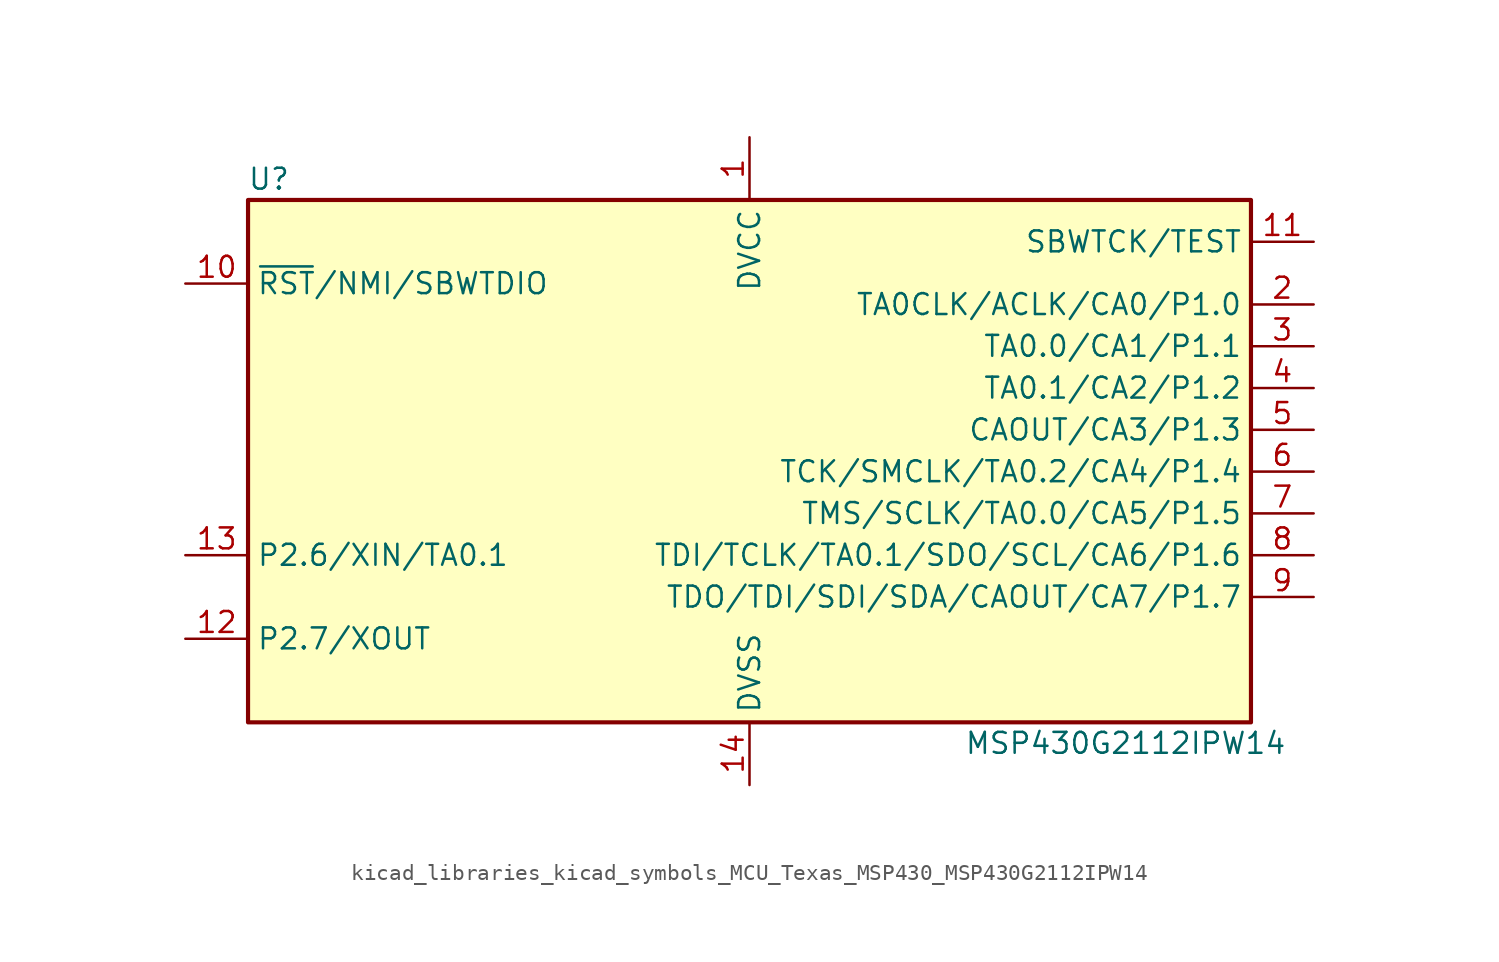
<source format=kicad_sym>
(kicad_symbol_lib
  (version 20220914)
  (generator kicad_symbol_editor)
  (symbol "kicad_libraries_kicad_symbols_MCU_Texas_MSP430_MSP430G2112IPW14"
    (property "Reference" "U"
      (at -29.21 17.78 0)
      (effects (font (size 1.27 1.27))))
    (property "Value" "MSP430G2112IPW14"
      (at 22.86 -16.51 0)
      (effects (font (size 1.27 1.27))))
    (symbol "kicad_libraries_kicad_symbols_MCU_Texas_MSP430_MSP430G2112IPW14_0_1"
      (rectangle (start -30.48 16.51) (end 30.48 -15.24) (stroke (width 0.254) (type default)) (fill (type background))))
    (symbol "kicad_libraries_kicad_symbols_MCU_Texas_MSP430_MSP430G2112IPW14_1_1"
      (pin power_in line (at 0 20.32 270) (length 3.81) (name "DVCC" (effects (font (size 1.27 1.27)))) (number "1" (effects (font (size 1.27 1.27)))))
      (pin input line (at -34.29 11.43 0) (length 3.81) (name "~{RST}/NMI/SBWTDIO" (effects (font (size 1.27 1.27)))) (number "10" (effects (font (size 1.27 1.27)))))
      (pin input line (at 34.29 13.97 180) (length 3.81) (name "SBWTCK/TEST" (effects (font (size 1.27 1.27)))) (number "11" (effects (font (size 1.27 1.27)))))
      (pin bidirectional line (at -34.29 -10.16 0) (length 3.81) (name "P2.7/XOUT" (effects (font (size 1.27 1.27)))) (number "12" (effects (font (size 1.27 1.27)))))
      (pin bidirectional line (at -34.29 -5.08 0) (length 3.81) (name "P2.6/XIN/TA0.1" (effects (font (size 1.27 1.27)))) (number "13" (effects (font (size 1.27 1.27)))))
      (pin power_in line (at 0 -19.05 90) (length 3.81) (name "DVSS" (effects (font (size 1.27 1.27)))) (number "14" (effects (font (size 1.27 1.27)))))
      (pin bidirectional line (at 34.29 10.16 180) (length 3.81) (name "TA0CLK/ACLK/CA0/P1.0" (effects (font (size 1.27 1.27)))) (number "2" (effects (font (size 1.27 1.27)))))
      (pin bidirectional line (at 34.29 7.62 180) (length 3.81) (name "TA0.0/CA1/P1.1" (effects (font (size 1.27 1.27)))) (number "3" (effects (font (size 1.27 1.27)))))
      (pin bidirectional line (at 34.29 5.08 180) (length 3.81) (name "TA0.1/CA2/P1.2" (effects (font (size 1.27 1.27)))) (number "4" (effects (font (size 1.27 1.27)))))
      (pin bidirectional line (at 34.29 2.54 180) (length 3.81) (name "CAOUT/CA3/P1.3" (effects (font (size 1.27 1.27)))) (number "5" (effects (font (size 1.27 1.27)))))
      (pin bidirectional line (at 34.29 0 180) (length 3.81) (name "TCK/SMCLK/TA0.2/CA4/P1.4" (effects (font (size 1.27 1.27)))) (number "6" (effects (font (size 1.27 1.27)))))
      (pin bidirectional line (at 34.29 -2.54 180) (length 3.81) (name "TMS/SCLK/TA0.0/CA5/P1.5" (effects (font (size 1.27 1.27)))) (number "7" (effects (font (size 1.27 1.27)))))
      (pin bidirectional line (at 34.29 -5.08 180) (length 3.81) (name "TDI/TCLK/TA0.1/SDO/SCL/CA6/P1.6" (effects (font (size 1.27 1.27)))) (number "8" (effects (font (size 1.27 1.27)))))
      (pin bidirectional line (at 34.29 -7.62 180) (length 3.81) (name "TDO/TDI/SDI/SDA/CAOUT/CA7/P1.7" (effects (font (size 1.27 1.27)))) (number "9" (effects (font (size 1.27 1.27))))))))
</source>
